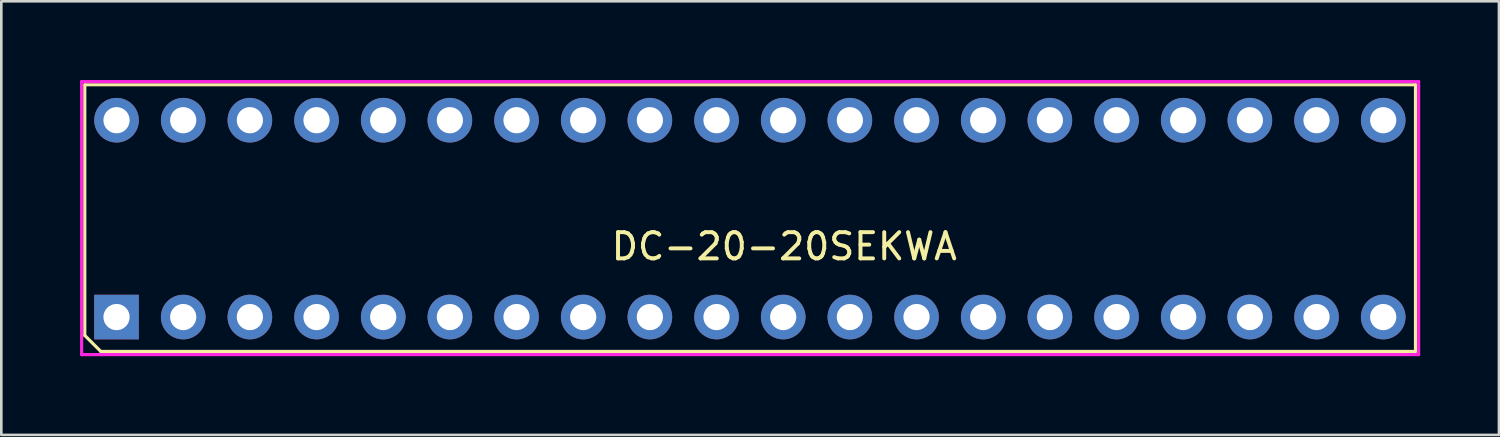
<source format=kicad_pcb>
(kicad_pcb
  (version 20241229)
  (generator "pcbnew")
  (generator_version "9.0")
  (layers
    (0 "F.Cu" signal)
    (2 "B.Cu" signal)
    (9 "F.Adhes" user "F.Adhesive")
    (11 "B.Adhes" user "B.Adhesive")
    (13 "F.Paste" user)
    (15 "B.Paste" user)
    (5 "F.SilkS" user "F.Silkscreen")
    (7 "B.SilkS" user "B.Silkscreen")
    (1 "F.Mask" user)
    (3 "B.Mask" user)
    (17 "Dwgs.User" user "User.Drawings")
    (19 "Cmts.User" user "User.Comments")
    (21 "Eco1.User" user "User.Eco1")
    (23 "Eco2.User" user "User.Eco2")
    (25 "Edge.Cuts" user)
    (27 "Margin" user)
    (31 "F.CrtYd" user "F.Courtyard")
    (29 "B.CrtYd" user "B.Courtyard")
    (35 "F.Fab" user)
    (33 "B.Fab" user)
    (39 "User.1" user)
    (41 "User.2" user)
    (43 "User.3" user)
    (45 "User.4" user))
  (footprint "DC-20-20SEKWA"
    (layer "F.Cu")
    (at 1.39 9.03)
    (property "Reference" "DC-20-20SEKWA" (at 25.44 -2.69 0) (layer "F.SilkS") (effects (font (size 1 1) (thickness 0.15))))
    (attr through_hole)
    (fp_line (start -1.21 -8.85) (end -1.21 0.7) (stroke (width 0.12) (type solid)) (layer "F.SilkS"))
    (fp_line (start -1.21 -8.85) (end 49.49 -8.85) (stroke (width 0.12) (type solid)) (layer "F.SilkS"))
    (fp_line (start -1.21 0.7) (end -0.6 1.31) (stroke (width 0.12) (type solid)) (layer "F.SilkS"))
    (fp_line (start 49.49 -8.85) (end 49.49 1.31) (stroke (width 0.12) (type solid)) (layer "F.SilkS"))
    (fp_line (start 49.49 1.31) (end -0.6 1.31) (stroke (width 0.12) (type solid)) (layer "F.SilkS"))
    (fp_line (start -1.33 -8.97) (end -1.33 1.43) (stroke (width 0.12) (type solid)) (layer "F.CrtYd"))
    (fp_line (start -1.33 -8.97) (end 49.61 -8.97) (stroke (width 0.12) (type solid)) (layer "F.CrtYd"))
    (fp_line (start 49.61 -8.97) (end 49.61 1.43) (stroke (width 0.12) (type solid)) (layer "F.CrtYd"))
    (fp_line (start 49.61 1.43) (end -1.33 1.43) (stroke (width 0.12) (type solid)) (layer "F.CrtYd"))
    (pad "1" thru_hole rect (at 0 0) (size 1.7 1.7) (drill 1) (layers "*.Cu" "*.Mask"))
    (pad "2" thru_hole circle (at 2.54 0) (size 1.7 1.7) (drill 1) (layers "*.Cu" "*.Mask"))
    (pad "3" thru_hole circle (at 5.08 0) (size 1.7 1.7) (drill 1) (layers "*.Cu" "*.Mask"))
    (pad "4" thru_hole circle (at 7.62 0) (size 1.7 1.7) (drill 1) (layers "*.Cu" "*.Mask"))
    (pad "5" thru_hole circle (at 10.16 0) (size 1.7 1.7) (drill 1) (layers "*.Cu" "*.Mask"))
    (pad "6" thru_hole circle (at 12.7 0) (size 1.7 1.7) (drill 1) (layers "*.Cu" "*.Mask"))
    (pad "7" thru_hole circle (at 15.24 0) (size 1.7 1.7) (drill 1) (layers "*.Cu" "*.Mask"))
    (pad "8" thru_hole circle (at 17.78 0) (size 1.7 1.7) (drill 1) (layers "*.Cu" "*.Mask"))
    (pad "9" thru_hole circle (at 20.32 0) (size 1.7 1.7) (drill 1) (layers "*.Cu" "*.Mask"))
    (pad "10" thru_hole circle (at 22.86 0) (size 1.7 1.7) (drill 1) (layers "*.Cu" "*.Mask"))
    (pad "11" thru_hole circle (at 25.4 0) (size 1.7 1.7) (drill 1) (layers "*.Cu" "*.Mask"))
    (pad "12" thru_hole circle (at 27.94 0) (size 1.7 1.7) (drill 1) (layers "*.Cu" "*.Mask"))
    (pad "13" thru_hole circle (at 30.48 0) (size 1.7 1.7) (drill 1) (layers "*.Cu" "*.Mask"))
    (pad "14" thru_hole circle (at 33.02 0) (size 1.7 1.7) (drill 1) (layers "*.Cu" "*.Mask"))
    (pad "15" thru_hole circle (at 35.56 0) (size 1.7 1.7) (drill 1) (layers "*.Cu" "*.Mask"))
    (pad "16" thru_hole circle (at 38.1 0) (size 1.7 1.7) (drill 1) (layers "*.Cu" "*.Mask"))
    (pad "17" thru_hole circle (at 40.64 0) (size 1.7 1.7) (drill 1) (layers "*.Cu" "*.Mask"))
    (pad "18" thru_hole circle (at 43.18 0) (size 1.7 1.7) (drill 1) (layers "*.Cu" "*.Mask"))
    (pad "19" thru_hole circle (at 45.72 0) (size 1.7 1.7) (drill 1) (layers "*.Cu" "*.Mask"))
    (pad "20" thru_hole circle (at 48.26 0) (size 1.7 1.7) (drill 1) (layers "*.Cu" "*.Mask"))
    (pad "21" thru_hole circle (at 48.26 -7.5) (size 1.7 1.7) (drill 1) (layers "*.Cu" "*.Mask"))
    (pad "22" thru_hole circle (at 45.72 -7.5) (size 1.7 1.7) (drill 1) (layers "*.Cu" "*.Mask"))
    (pad "23" thru_hole circle (at 43.18 -7.5) (size 1.7 1.7) (drill 1) (layers "*.Cu" "*.Mask"))
    (pad "24" thru_hole circle (at 40.64 -7.5) (size 1.7 1.7) (drill 1) (layers "*.Cu" "*.Mask"))
    (pad "25" thru_hole circle (at 38.1 -7.5) (size 1.7 1.7) (drill 1) (layers "*.Cu" "*.Mask"))
    (pad "26" thru_hole circle (at 35.56 -7.5) (size 1.7 1.7) (drill 1) (layers "*.Cu" "*.Mask"))
    (pad "27" thru_hole circle (at 33.02 -7.5) (size 1.7 1.7) (drill 1) (layers "*.Cu" "*.Mask"))
    (pad "28" thru_hole circle (at 30.48 -7.5) (size 1.7 1.7) (drill 1) (layers "*.Cu" "*.Mask"))
    (pad "29" thru_hole circle (at 27.94 -7.5) (size 1.7 1.7) (drill 1) (layers "*.Cu" "*.Mask"))
    (pad "30" thru_hole circle (at 25.4 -7.5) (size 1.7 1.7) (drill 1) (layers "*.Cu" "*.Mask"))
    (pad "31" thru_hole circle (at 22.86 -7.5) (size 1.7 1.7) (drill 1) (layers "*.Cu" "*.Mask"))
    (pad "32" thru_hole circle (at 20.32 -7.5) (size 1.7 1.7) (drill 1) (layers "*.Cu" "*.Mask"))
    (pad "33" thru_hole circle (at 17.78 -7.5) (size 1.7 1.7) (drill 1) (layers "*.Cu" "*.Mask"))
    (pad "34" thru_hole circle (at 15.24 -7.5) (size 1.7 1.7) (drill 1) (layers "*.Cu" "*.Mask"))
    (pad "35" thru_hole circle (at 12.7 -7.5) (size 1.7 1.7) (drill 1) (layers "*.Cu" "*.Mask"))
    (pad "36" thru_hole circle (at 10.16 -7.5) (size 1.7 1.7) (drill 1) (layers "*.Cu" "*.Mask"))
    (pad "37" thru_hole circle (at 7.62 -7.5) (size 1.7 1.7) (drill 1) (layers "*.Cu" "*.Mask"))
    (pad "38" thru_hole circle (at 5.08 -7.5) (size 1.7 1.7) (drill 1) (layers "*.Cu" "*.Mask"))
    (pad "39" thru_hole circle (at 2.54 -7.5) (size 1.7 1.7) (drill 1) (layers "*.Cu" "*.Mask"))
    (pad "40" thru_hole circle (at 0 -7.5) (size 1.7 1.7) (drill 1) (layers "*.Cu" "*.Mask")))
  (gr_rect
    (start -3 -3)
    (end 54.06 13.52)
    (stroke (width 0.1) (type default))
    (fill no)
    (layer "Edge.Cuts")))
</source>
